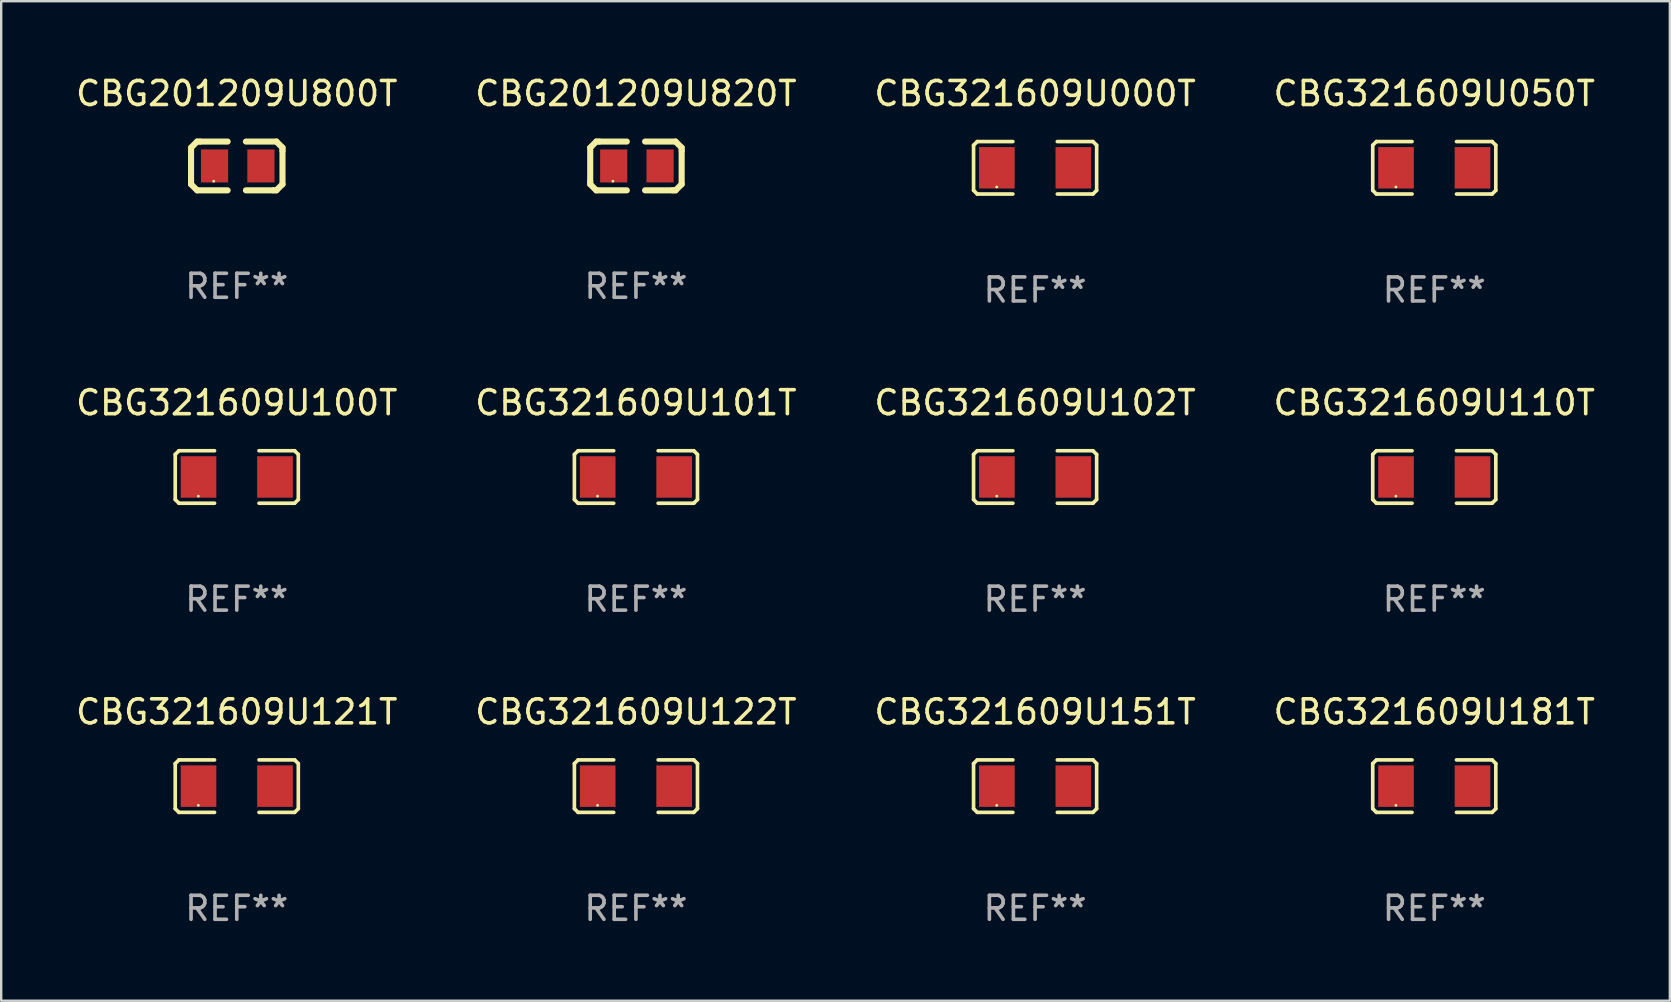
<source format=kicad_pcb>
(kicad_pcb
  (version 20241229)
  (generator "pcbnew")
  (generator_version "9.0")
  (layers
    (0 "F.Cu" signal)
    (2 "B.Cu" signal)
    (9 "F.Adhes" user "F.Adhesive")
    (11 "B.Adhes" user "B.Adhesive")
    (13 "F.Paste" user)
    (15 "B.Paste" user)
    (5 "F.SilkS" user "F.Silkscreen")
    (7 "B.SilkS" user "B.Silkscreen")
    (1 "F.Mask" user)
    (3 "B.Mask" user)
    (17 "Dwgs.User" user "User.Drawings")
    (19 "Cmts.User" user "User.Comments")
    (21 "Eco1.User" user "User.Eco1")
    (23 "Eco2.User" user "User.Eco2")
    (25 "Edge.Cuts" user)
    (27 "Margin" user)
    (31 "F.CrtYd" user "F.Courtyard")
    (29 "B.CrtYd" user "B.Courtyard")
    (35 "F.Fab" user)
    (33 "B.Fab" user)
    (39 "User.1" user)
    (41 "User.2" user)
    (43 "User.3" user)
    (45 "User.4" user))
  (footprint "CBG321609U181T"
    (layer "F.Cu")
    (at 56.708 29.704)
    (property "Reference" "CBG321609U181T" (at 0 -3.093 0) (layer "F.SilkS") (effects (font (size 1 1) (thickness 0.15))))
    (attr through_hole)
    (fp_line (start -2.564 -0.94) (end -2.411 -1.093) (stroke (width 0.152) (type solid)) (layer "F.SilkS"))
    (fp_line (start -2.564 0.94) (end -2.564 -0.94) (stroke (width 0.152) (type solid)) (layer "F.SilkS"))
    (fp_line (start -2.411 -1.093) (end -0.926 -1.093) (stroke (width 0.152) (type solid)) (layer "F.SilkS"))
    (fp_line (start -2.411 1.093) (end -2.564 0.94) (stroke (width 0.152) (type solid)) (layer "F.SilkS"))
    (fp_line (start -0.926 1.093) (end -2.411 1.093) (stroke (width 0.152) (type solid)) (layer "F.SilkS"))
    (fp_line (start 0.926 1.093) (end 2.411 1.093) (stroke (width 0.152) (type solid)) (layer "F.SilkS"))
    (fp_line (start 2.411 -1.093) (end 0.926 -1.093) (stroke (width 0.152) (type solid)) (layer "F.SilkS"))
    (fp_line (start 2.411 1.093) (end 2.564 0.94) (stroke (width 0.152) (type solid)) (layer "F.SilkS"))
    (fp_line (start 2.564 -0.94) (end 2.411 -1.093) (stroke (width 0.152) (type solid)) (layer "F.SilkS"))
    (fp_line (start 2.564 0.94) (end 2.564 -0.94) (stroke (width 0.152) (type solid)) (layer "F.SilkS"))
    (fp_circle (center -1.6 0.8) (end -1.57 0.8) (stroke (width 0.06) (type solid)) (fill no) (layer "F.SilkS"))
    (fp_text user "REF**" (at 0 5.093 0) (layer "F.Fab") (effects (font (size 1 1) (thickness 0.15))))
    (pad "1" smd rect (at -1.593 0) (size 1.485 1.728) (layers "F.Cu" "F.Mask" "F.Paste"))
    (pad "2" smd rect (at 1.593 0) (size 1.485 1.728) (layers "F.Cu" "F.Mask" "F.Paste")))
  (footprint "CBG321609U121T"
    (layer "F.Cu")
    (at 6.815 29.704)
    (property "Reference" "CBG321609U121T" (at 0 -3.093 0) (layer "F.SilkS") (effects (font (size 1 1) (thickness 0.15))))
    (attr through_hole)
    (fp_line (start -2.564 -0.94) (end -2.411 -1.093) (stroke (width 0.152) (type solid)) (layer "F.SilkS"))
    (fp_line (start -2.564 0.94) (end -2.564 -0.94) (stroke (width 0.152) (type solid)) (layer "F.SilkS"))
    (fp_line (start -2.411 -1.093) (end -0.926 -1.093) (stroke (width 0.152) (type solid)) (layer "F.SilkS"))
    (fp_line (start -2.411 1.093) (end -2.564 0.94) (stroke (width 0.152) (type solid)) (layer "F.SilkS"))
    (fp_line (start -0.926 1.093) (end -2.411 1.093) (stroke (width 0.152) (type solid)) (layer "F.SilkS"))
    (fp_line (start 0.926 1.093) (end 2.411 1.093) (stroke (width 0.152) (type solid)) (layer "F.SilkS"))
    (fp_line (start 2.411 -1.093) (end 0.926 -1.093) (stroke (width 0.152) (type solid)) (layer "F.SilkS"))
    (fp_line (start 2.411 1.093) (end 2.564 0.94) (stroke (width 0.152) (type solid)) (layer "F.SilkS"))
    (fp_line (start 2.564 -0.94) (end 2.411 -1.093) (stroke (width 0.152) (type solid)) (layer "F.SilkS"))
    (fp_line (start 2.564 0.94) (end 2.564 -0.94) (stroke (width 0.152) (type solid)) (layer "F.SilkS"))
    (fp_circle (center -1.6 0.8) (end -1.57 0.8) (stroke (width 0.06) (type solid)) (fill no) (layer "F.SilkS"))
    (fp_text user "REF**" (at 0 5.093 0) (layer "F.Fab") (effects (font (size 1 1) (thickness 0.15))))
    (pad "1" smd rect (at -1.593 0) (size 1.485 1.728) (layers "F.Cu" "F.Mask" "F.Paste"))
    (pad "2" smd rect (at 1.593 0) (size 1.485 1.728) (layers "F.Cu" "F.Mask" "F.Paste")))
  (footprint "CBG321609U102T"
    (layer "F.Cu")
    (at 40.077 16.823)
    (property "Reference" "CBG321609U102T" (at 0 -3.093 0) (layer "F.SilkS") (effects (font (size 1 1) (thickness 0.15))))
    (attr through_hole)
    (fp_line (start -2.564 -0.94) (end -2.411 -1.093) (stroke (width 0.152) (type solid)) (layer "F.SilkS"))
    (fp_line (start -2.564 0.94) (end -2.564 -0.94) (stroke (width 0.152) (type solid)) (layer "F.SilkS"))
    (fp_line (start -2.411 -1.093) (end -0.926 -1.093) (stroke (width 0.152) (type solid)) (layer "F.SilkS"))
    (fp_line (start -2.411 1.093) (end -2.564 0.94) (stroke (width 0.152) (type solid)) (layer "F.SilkS"))
    (fp_line (start -0.926 1.093) (end -2.411 1.093) (stroke (width 0.152) (type solid)) (layer "F.SilkS"))
    (fp_line (start 0.926 1.093) (end 2.411 1.093) (stroke (width 0.152) (type solid)) (layer "F.SilkS"))
    (fp_line (start 2.411 -1.093) (end 0.926 -1.093) (stroke (width 0.152) (type solid)) (layer "F.SilkS"))
    (fp_line (start 2.411 1.093) (end 2.564 0.94) (stroke (width 0.152) (type solid)) (layer "F.SilkS"))
    (fp_line (start 2.564 -0.94) (end 2.411 -1.093) (stroke (width 0.152) (type solid)) (layer "F.SilkS"))
    (fp_line (start 2.564 0.94) (end 2.564 -0.94) (stroke (width 0.152) (type solid)) (layer "F.SilkS"))
    (fp_circle (center -1.6 0.8) (end -1.57 0.8) (stroke (width 0.06) (type solid)) (fill no) (layer "F.SilkS"))
    (fp_text user "REF**" (at 0 5.093 0) (layer "F.Fab") (effects (font (size 1 1) (thickness 0.15))))
    (pad "1" smd rect (at -1.593 0) (size 1.485 1.728) (layers "F.Cu" "F.Mask" "F.Paste"))
    (pad "2" smd rect (at 1.593 0) (size 1.485 1.728) (layers "F.Cu" "F.Mask" "F.Paste")))
  (footprint "CBG321609U151T"
    (layer "F.Cu")
    (at 40.077 29.704)
    (property "Reference" "CBG321609U151T" (at 0 -3.093 0) (layer "F.SilkS") (effects (font (size 1 1) (thickness 0.15))))
    (attr through_hole)
    (fp_line (start -2.564 -0.94) (end -2.411 -1.093) (stroke (width 0.152) (type solid)) (layer "F.SilkS"))
    (fp_line (start -2.564 0.94) (end -2.564 -0.94) (stroke (width 0.152) (type solid)) (layer "F.SilkS"))
    (fp_line (start -2.411 -1.093) (end -0.926 -1.093) (stroke (width 0.152) (type solid)) (layer "F.SilkS"))
    (fp_line (start -2.411 1.093) (end -2.564 0.94) (stroke (width 0.152) (type solid)) (layer "F.SilkS"))
    (fp_line (start -0.926 1.093) (end -2.411 1.093) (stroke (width 0.152) (type solid)) (layer "F.SilkS"))
    (fp_line (start 0.926 1.093) (end 2.411 1.093) (stroke (width 0.152) (type solid)) (layer "F.SilkS"))
    (fp_line (start 2.411 -1.093) (end 0.926 -1.093) (stroke (width 0.152) (type solid)) (layer "F.SilkS"))
    (fp_line (start 2.411 1.093) (end 2.564 0.94) (stroke (width 0.152) (type solid)) (layer "F.SilkS"))
    (fp_line (start 2.564 -0.94) (end 2.411 -1.093) (stroke (width 0.152) (type solid)) (layer "F.SilkS"))
    (fp_line (start 2.564 0.94) (end 2.564 -0.94) (stroke (width 0.152) (type solid)) (layer "F.SilkS"))
    (fp_circle (center -1.6 0.8) (end -1.57 0.8) (stroke (width 0.06) (type solid)) (fill no) (layer "F.SilkS"))
    (fp_text user "REF**" (at 0 5.093 0) (layer "F.Fab") (effects (font (size 1 1) (thickness 0.15))))
    (pad "1" smd rect (at -1.593 0) (size 1.485 1.728) (layers "F.Cu" "F.Mask" "F.Paste"))
    (pad "2" smd rect (at 1.593 0) (size 1.485 1.728) (layers "F.Cu" "F.Mask" "F.Paste")))
  (footprint "CBG201209U820T"
    (layer "F.Cu")
    (at 23.446 3.864)
    (property "Reference" "CBG201209U820T" (at 0 -3.016 0) (layer "F.SilkS") (effects (font (size 1 1) (thickness 0.15))))
    (attr through_hole)
    (fp_line (start -1.905 -0.762) (end -1.905 0.635) (stroke (width 0.254) (type solid)) (layer "F.SilkS"))
    (fp_line (start -1.905 0.635) (end -1.905 0.762) (stroke (width 0.254) (type solid)) (layer "F.SilkS"))
    (fp_line (start -1.905 0.762) (end -1.651 1.016) (stroke (width 0.254) (type solid)) (layer "F.SilkS"))
    (fp_line (start -1.651 -1.016) (end -1.905 -0.762) (stroke (width 0.254) (type solid)) (layer "F.SilkS"))
    (fp_line (start -1.651 1.016) (end -0.381 1.016) (stroke (width 0.254) (type solid)) (layer "F.SilkS"))
    (fp_line (start -1.524 -1.016) (end -1.651 -1.016) (stroke (width 0.254) (type solid)) (layer "F.SilkS"))
    (fp_line (start -0.381 -1.016) (end -1.524 -1.016) (stroke (width 0.254) (type solid)) (layer "F.SilkS"))
    (fp_line (start 0.381 1.016) (end 1.524 1.016) (stroke (width 0.254) (type solid)) (layer "F.SilkS"))
    (fp_line (start 1.524 1.016) (end 1.651 1.016) (stroke (width 0.254) (type solid)) (layer "F.SilkS"))
    (fp_line (start 1.651 -1.016) (end 0.381 -1.016) (stroke (width 0.254) (type solid)) (layer "F.SilkS"))
    (fp_line (start 1.651 1.016) (end 1.905 0.762) (stroke (width 0.254) (type solid)) (layer "F.SilkS"))
    (fp_line (start 1.905 -0.762) (end 1.651 -1.016) (stroke (width 0.254) (type solid)) (layer "F.SilkS"))
    (fp_line (start 1.905 -0.635) (end 1.905 -0.762) (stroke (width 0.254) (type solid)) (layer "F.SilkS"))
    (fp_line (start 1.905 0.762) (end 1.905 -0.635) (stroke (width 0.254) (type solid)) (layer "F.SilkS"))
    (fp_circle (center -0.96 0.637) (end -0.93 0.637) (stroke (width 0.06) (type solid)) (fill no) (layer "F.SilkS"))
    (fp_text user "REF**" (at 0 5.016 0) (layer "F.Fab") (effects (font (size 1 1) (thickness 0.15))))
    (pad "1" smd rect (at -0.926 -0.000051) (size 1.133 1.377) (layers "F.Cu" "F.Mask" "F.Paste"))
    (pad "2" smd rect (at 1.006 -0.000051) (size 1.133 1.377) (layers "F.Cu" "F.Mask" "F.Paste")))
  (footprint "CBG321609U100T"
    (layer "F.Cu")
    (at 6.815 16.823)
    (property "Reference" "CBG321609U100T" (at 0 -3.093 0) (layer "F.SilkS") (effects (font (size 1 1) (thickness 0.15))))
    (attr through_hole)
    (fp_line (start -2.564 -0.94) (end -2.411 -1.093) (stroke (width 0.152) (type solid)) (layer "F.SilkS"))
    (fp_line (start -2.564 0.94) (end -2.564 -0.94) (stroke (width 0.152) (type solid)) (layer "F.SilkS"))
    (fp_line (start -2.411 -1.093) (end -0.926 -1.093) (stroke (width 0.152) (type solid)) (layer "F.SilkS"))
    (fp_line (start -2.411 1.093) (end -2.564 0.94) (stroke (width 0.152) (type solid)) (layer "F.SilkS"))
    (fp_line (start -0.926 1.093) (end -2.411 1.093) (stroke (width 0.152) (type solid)) (layer "F.SilkS"))
    (fp_line (start 0.926 1.093) (end 2.411 1.093) (stroke (width 0.152) (type solid)) (layer "F.SilkS"))
    (fp_line (start 2.411 -1.093) (end 0.926 -1.093) (stroke (width 0.152) (type solid)) (layer "F.SilkS"))
    (fp_line (start 2.411 1.093) (end 2.564 0.94) (stroke (width 0.152) (type solid)) (layer "F.SilkS"))
    (fp_line (start 2.564 -0.94) (end 2.411 -1.093) (stroke (width 0.152) (type solid)) (layer "F.SilkS"))
    (fp_line (start 2.564 0.94) (end 2.564 -0.94) (stroke (width 0.152) (type solid)) (layer "F.SilkS"))
    (fp_circle (center -1.6 0.8) (end -1.57 0.8) (stroke (width 0.06) (type solid)) (fill no) (layer "F.SilkS"))
    (fp_text user "REF**" (at 0 5.093 0) (layer "F.Fab") (effects (font (size 1 1) (thickness 0.15))))
    (pad "1" smd rect (at -1.593 0) (size 1.485 1.728) (layers "F.Cu" "F.Mask" "F.Paste"))
    (pad "2" smd rect (at 1.593 0) (size 1.485 1.728) (layers "F.Cu" "F.Mask" "F.Paste")))
  (footprint "CBG321609U050T"
    (layer "F.Cu")
    (at 56.708 3.941)
    (property "Reference" "CBG321609U050T" (at 0 -3.093 0) (layer "F.SilkS") (effects (font (size 1 1) (thickness 0.15))))
    (attr through_hole)
    (fp_line (start -2.564 -0.94) (end -2.411 -1.093) (stroke (width 0.152) (type solid)) (layer "F.SilkS"))
    (fp_line (start -2.564 0.94) (end -2.564 -0.94) (stroke (width 0.152) (type solid)) (layer "F.SilkS"))
    (fp_line (start -2.411 -1.093) (end -0.926 -1.093) (stroke (width 0.152) (type solid)) (layer "F.SilkS"))
    (fp_line (start -2.411 1.093) (end -2.564 0.94) (stroke (width 0.152) (type solid)) (layer "F.SilkS"))
    (fp_line (start -0.926 1.093) (end -2.411 1.093) (stroke (width 0.152) (type solid)) (layer "F.SilkS"))
    (fp_line (start 0.926 1.093) (end 2.411 1.093) (stroke (width 0.152) (type solid)) (layer "F.SilkS"))
    (fp_line (start 2.411 -1.093) (end 0.926 -1.093) (stroke (width 0.152) (type solid)) (layer "F.SilkS"))
    (fp_line (start 2.411 1.093) (end 2.564 0.94) (stroke (width 0.152) (type solid)) (layer "F.SilkS"))
    (fp_line (start 2.564 -0.94) (end 2.411 -1.093) (stroke (width 0.152) (type solid)) (layer "F.SilkS"))
    (fp_line (start 2.564 0.94) (end 2.564 -0.94) (stroke (width 0.152) (type solid)) (layer "F.SilkS"))
    (fp_circle (center -1.6 0.8) (end -1.57 0.8) (stroke (width 0.06) (type solid)) (fill no) (layer "F.SilkS"))
    (fp_text user "REF**" (at 0 5.093 0) (layer "F.Fab") (effects (font (size 1 1) (thickness 0.15))))
    (pad "1" smd rect (at -1.593 0) (size 1.485 1.728) (layers "F.Cu" "F.Mask" "F.Paste"))
    (pad "2" smd rect (at 1.593 0) (size 1.485 1.728) (layers "F.Cu" "F.Mask" "F.Paste")))
  (footprint "CBG321609U101T"
    (layer "F.Cu")
    (at 23.446 16.823)
    (property "Reference" "CBG321609U101T" (at 0 -3.093 0) (layer "F.SilkS") (effects (font (size 1 1) (thickness 0.15))))
    (attr through_hole)
    (fp_line (start -2.564 -0.94) (end -2.411 -1.093) (stroke (width 0.152) (type solid)) (layer "F.SilkS"))
    (fp_line (start -2.564 0.94) (end -2.564 -0.94) (stroke (width 0.152) (type solid)) (layer "F.SilkS"))
    (fp_line (start -2.411 -1.093) (end -0.926 -1.093) (stroke (width 0.152) (type solid)) (layer "F.SilkS"))
    (fp_line (start -2.411 1.093) (end -2.564 0.94) (stroke (width 0.152) (type solid)) (layer "F.SilkS"))
    (fp_line (start -0.926 1.093) (end -2.411 1.093) (stroke (width 0.152) (type solid)) (layer "F.SilkS"))
    (fp_line (start 0.926 1.093) (end 2.411 1.093) (stroke (width 0.152) (type solid)) (layer "F.SilkS"))
    (fp_line (start 2.411 -1.093) (end 0.926 -1.093) (stroke (width 0.152) (type solid)) (layer "F.SilkS"))
    (fp_line (start 2.411 1.093) (end 2.564 0.94) (stroke (width 0.152) (type solid)) (layer "F.SilkS"))
    (fp_line (start 2.564 -0.94) (end 2.411 -1.093) (stroke (width 0.152) (type solid)) (layer "F.SilkS"))
    (fp_line (start 2.564 0.94) (end 2.564 -0.94) (stroke (width 0.152) (type solid)) (layer "F.SilkS"))
    (fp_circle (center -1.6 0.8) (end -1.57 0.8) (stroke (width 0.06) (type solid)) (fill no) (layer "F.SilkS"))
    (fp_text user "REF**" (at 0 5.093 0) (layer "F.Fab") (effects (font (size 1 1) (thickness 0.15))))
    (pad "1" smd rect (at -1.593 0) (size 1.485 1.728) (layers "F.Cu" "F.Mask" "F.Paste"))
    (pad "2" smd rect (at 1.593 0) (size 1.485 1.728) (layers "F.Cu" "F.Mask" "F.Paste")))
  (footprint "CBG321609U000T"
    (layer "F.Cu")
    (at 40.077 3.941)
    (property "Reference" "CBG321609U000T" (at 0 -3.093 0) (layer "F.SilkS") (effects (font (size 1 1) (thickness 0.15))))
    (attr through_hole)
    (fp_line (start -2.564 -0.94) (end -2.411 -1.093) (stroke (width 0.152) (type solid)) (layer "F.SilkS"))
    (fp_line (start -2.564 0.94) (end -2.564 -0.94) (stroke (width 0.152) (type solid)) (layer "F.SilkS"))
    (fp_line (start -2.411 -1.093) (end -0.926 -1.093) (stroke (width 0.152) (type solid)) (layer "F.SilkS"))
    (fp_line (start -2.411 1.093) (end -2.564 0.94) (stroke (width 0.152) (type solid)) (layer "F.SilkS"))
    (fp_line (start -0.926 1.093) (end -2.411 1.093) (stroke (width 0.152) (type solid)) (layer "F.SilkS"))
    (fp_line (start 0.926 1.093) (end 2.411 1.093) (stroke (width 0.152) (type solid)) (layer "F.SilkS"))
    (fp_line (start 2.411 -1.093) (end 0.926 -1.093) (stroke (width 0.152) (type solid)) (layer "F.SilkS"))
    (fp_line (start 2.411 1.093) (end 2.564 0.94) (stroke (width 0.152) (type solid)) (layer "F.SilkS"))
    (fp_line (start 2.564 -0.94) (end 2.411 -1.093) (stroke (width 0.152) (type solid)) (layer "F.SilkS"))
    (fp_line (start 2.564 0.94) (end 2.564 -0.94) (stroke (width 0.152) (type solid)) (layer "F.SilkS"))
    (fp_circle (center -1.6 0.8) (end -1.57 0.8) (stroke (width 0.06) (type solid)) (fill no) (layer "F.SilkS"))
    (fp_text user "REF**" (at 0 5.093 0) (layer "F.Fab") (effects (font (size 1 1) (thickness 0.15))))
    (pad "1" smd rect (at -1.593 0) (size 1.485 1.728) (layers "F.Cu" "F.Mask" "F.Paste"))
    (pad "2" smd rect (at 1.593 0) (size 1.485 1.728) (layers "F.Cu" "F.Mask" "F.Paste")))
  (footprint "CBG321609U110T"
    (layer "F.Cu")
    (at 56.708 16.823)
    (property "Reference" "CBG321609U110T" (at 0 -3.093 0) (layer "F.SilkS") (effects (font (size 1 1) (thickness 0.15))))
    (attr through_hole)
    (fp_line (start -2.564 -0.94) (end -2.411 -1.093) (stroke (width 0.152) (type solid)) (layer "F.SilkS"))
    (fp_line (start -2.564 0.94) (end -2.564 -0.94) (stroke (width 0.152) (type solid)) (layer "F.SilkS"))
    (fp_line (start -2.411 -1.093) (end -0.926 -1.093) (stroke (width 0.152) (type solid)) (layer "F.SilkS"))
    (fp_line (start -2.411 1.093) (end -2.564 0.94) (stroke (width 0.152) (type solid)) (layer "F.SilkS"))
    (fp_line (start -0.926 1.093) (end -2.411 1.093) (stroke (width 0.152) (type solid)) (layer "F.SilkS"))
    (fp_line (start 0.926 1.093) (end 2.411 1.093) (stroke (width 0.152) (type solid)) (layer "F.SilkS"))
    (fp_line (start 2.411 -1.093) (end 0.926 -1.093) (stroke (width 0.152) (type solid)) (layer "F.SilkS"))
    (fp_line (start 2.411 1.093) (end 2.564 0.94) (stroke (width 0.152) (type solid)) (layer "F.SilkS"))
    (fp_line (start 2.564 -0.94) (end 2.411 -1.093) (stroke (width 0.152) (type solid)) (layer "F.SilkS"))
    (fp_line (start 2.564 0.94) (end 2.564 -0.94) (stroke (width 0.152) (type solid)) (layer "F.SilkS"))
    (fp_circle (center -1.6 0.8) (end -1.57 0.8) (stroke (width 0.06) (type solid)) (fill no) (layer "F.SilkS"))
    (fp_text user "REF**" (at 0 5.093 0) (layer "F.Fab") (effects (font (size 1 1) (thickness 0.15))))
    (pad "1" smd rect (at -1.593 0) (size 1.485 1.728) (layers "F.Cu" "F.Mask" "F.Paste"))
    (pad "2" smd rect (at 1.593 0) (size 1.485 1.728) (layers "F.Cu" "F.Mask" "F.Paste")))
  (footprint "CBG201209U800T"
    (layer "F.Cu")
    (at 6.815 3.864)
    (property "Reference" "CBG201209U800T" (at 0 -3.016 0) (layer "F.SilkS") (effects (font (size 1 1) (thickness 0.15))))
    (attr through_hole)
    (fp_line (start -1.905 -0.762) (end -1.905 0.635) (stroke (width 0.254) (type solid)) (layer "F.SilkS"))
    (fp_line (start -1.905 0.635) (end -1.905 0.762) (stroke (width 0.254) (type solid)) (layer "F.SilkS"))
    (fp_line (start -1.905 0.762) (end -1.651 1.016) (stroke (width 0.254) (type solid)) (layer "F.SilkS"))
    (fp_line (start -1.651 -1.016) (end -1.905 -0.762) (stroke (width 0.254) (type solid)) (layer "F.SilkS"))
    (fp_line (start -1.651 1.016) (end -0.381 1.016) (stroke (width 0.254) (type solid)) (layer "F.SilkS"))
    (fp_line (start -1.524 -1.016) (end -1.651 -1.016) (stroke (width 0.254) (type solid)) (layer "F.SilkS"))
    (fp_line (start -0.381 -1.016) (end -1.524 -1.016) (stroke (width 0.254) (type solid)) (layer "F.SilkS"))
    (fp_line (start 0.381 1.016) (end 1.524 1.016) (stroke (width 0.254) (type solid)) (layer "F.SilkS"))
    (fp_line (start 1.524 1.016) (end 1.651 1.016) (stroke (width 0.254) (type solid)) (layer "F.SilkS"))
    (fp_line (start 1.651 -1.016) (end 0.381 -1.016) (stroke (width 0.254) (type solid)) (layer "F.SilkS"))
    (fp_line (start 1.651 1.016) (end 1.905 0.762) (stroke (width 0.254) (type solid)) (layer "F.SilkS"))
    (fp_line (start 1.905 -0.762) (end 1.651 -1.016) (stroke (width 0.254) (type solid)) (layer "F.SilkS"))
    (fp_line (start 1.905 -0.635) (end 1.905 -0.762) (stroke (width 0.254) (type solid)) (layer "F.SilkS"))
    (fp_line (start 1.905 0.762) (end 1.905 -0.635) (stroke (width 0.254) (type solid)) (layer "F.SilkS"))
    (fp_circle (center -0.96 0.637) (end -0.93 0.637) (stroke (width 0.06) (type solid)) (fill no) (layer "F.SilkS"))
    (fp_text user "REF**" (at 0 5.016 0) (layer "F.Fab") (effects (font (size 1 1) (thickness 0.15))))
    (pad "1" smd rect (at -0.926 -0.000051) (size 1.133 1.377) (layers "F.Cu" "F.Mask" "F.Paste"))
    (pad "2" smd rect (at 1.006 -0.000051) (size 1.133 1.377) (layers "F.Cu" "F.Mask" "F.Paste")))
  (footprint "CBG321609U122T"
    (layer "F.Cu")
    (at 23.446 29.704)
    (property "Reference" "CBG321609U122T" (at 0 -3.093 0) (layer "F.SilkS") (effects (font (size 1 1) (thickness 0.15))))
    (attr through_hole)
    (fp_line (start -2.564 -0.94) (end -2.411 -1.093) (stroke (width 0.152) (type solid)) (layer "F.SilkS"))
    (fp_line (start -2.564 0.94) (end -2.564 -0.94) (stroke (width 0.152) (type solid)) (layer "F.SilkS"))
    (fp_line (start -2.411 -1.093) (end -0.926 -1.093) (stroke (width 0.152) (type solid)) (layer "F.SilkS"))
    (fp_line (start -2.411 1.093) (end -2.564 0.94) (stroke (width 0.152) (type solid)) (layer "F.SilkS"))
    (fp_line (start -0.926 1.093) (end -2.411 1.093) (stroke (width 0.152) (type solid)) (layer "F.SilkS"))
    (fp_line (start 0.926 1.093) (end 2.411 1.093) (stroke (width 0.152) (type solid)) (layer "F.SilkS"))
    (fp_line (start 2.411 -1.093) (end 0.926 -1.093) (stroke (width 0.152) (type solid)) (layer "F.SilkS"))
    (fp_line (start 2.411 1.093) (end 2.564 0.94) (stroke (width 0.152) (type solid)) (layer "F.SilkS"))
    (fp_line (start 2.564 -0.94) (end 2.411 -1.093) (stroke (width 0.152) (type solid)) (layer "F.SilkS"))
    (fp_line (start 2.564 0.94) (end 2.564 -0.94) (stroke (width 0.152) (type solid)) (layer "F.SilkS"))
    (fp_circle (center -1.6 0.8) (end -1.57 0.8) (stroke (width 0.06) (type solid)) (fill no) (layer "F.SilkS"))
    (fp_text user "REF**" (at 0 5.093 0) (layer "F.Fab") (effects (font (size 1 1) (thickness 0.15))))
    (pad "1" smd rect (at -1.593 0) (size 1.485 1.728) (layers "F.Cu" "F.Mask" "F.Paste"))
    (pad "2" smd rect (at 1.593 0) (size 1.485 1.728) (layers "F.Cu" "F.Mask" "F.Paste")))
  (gr_rect
    (start -3 -3)
    (end 66.524 38.645)
    (stroke (width 0.1) (type default))
    (fill no)
    (layer "Edge.Cuts")))
</source>
